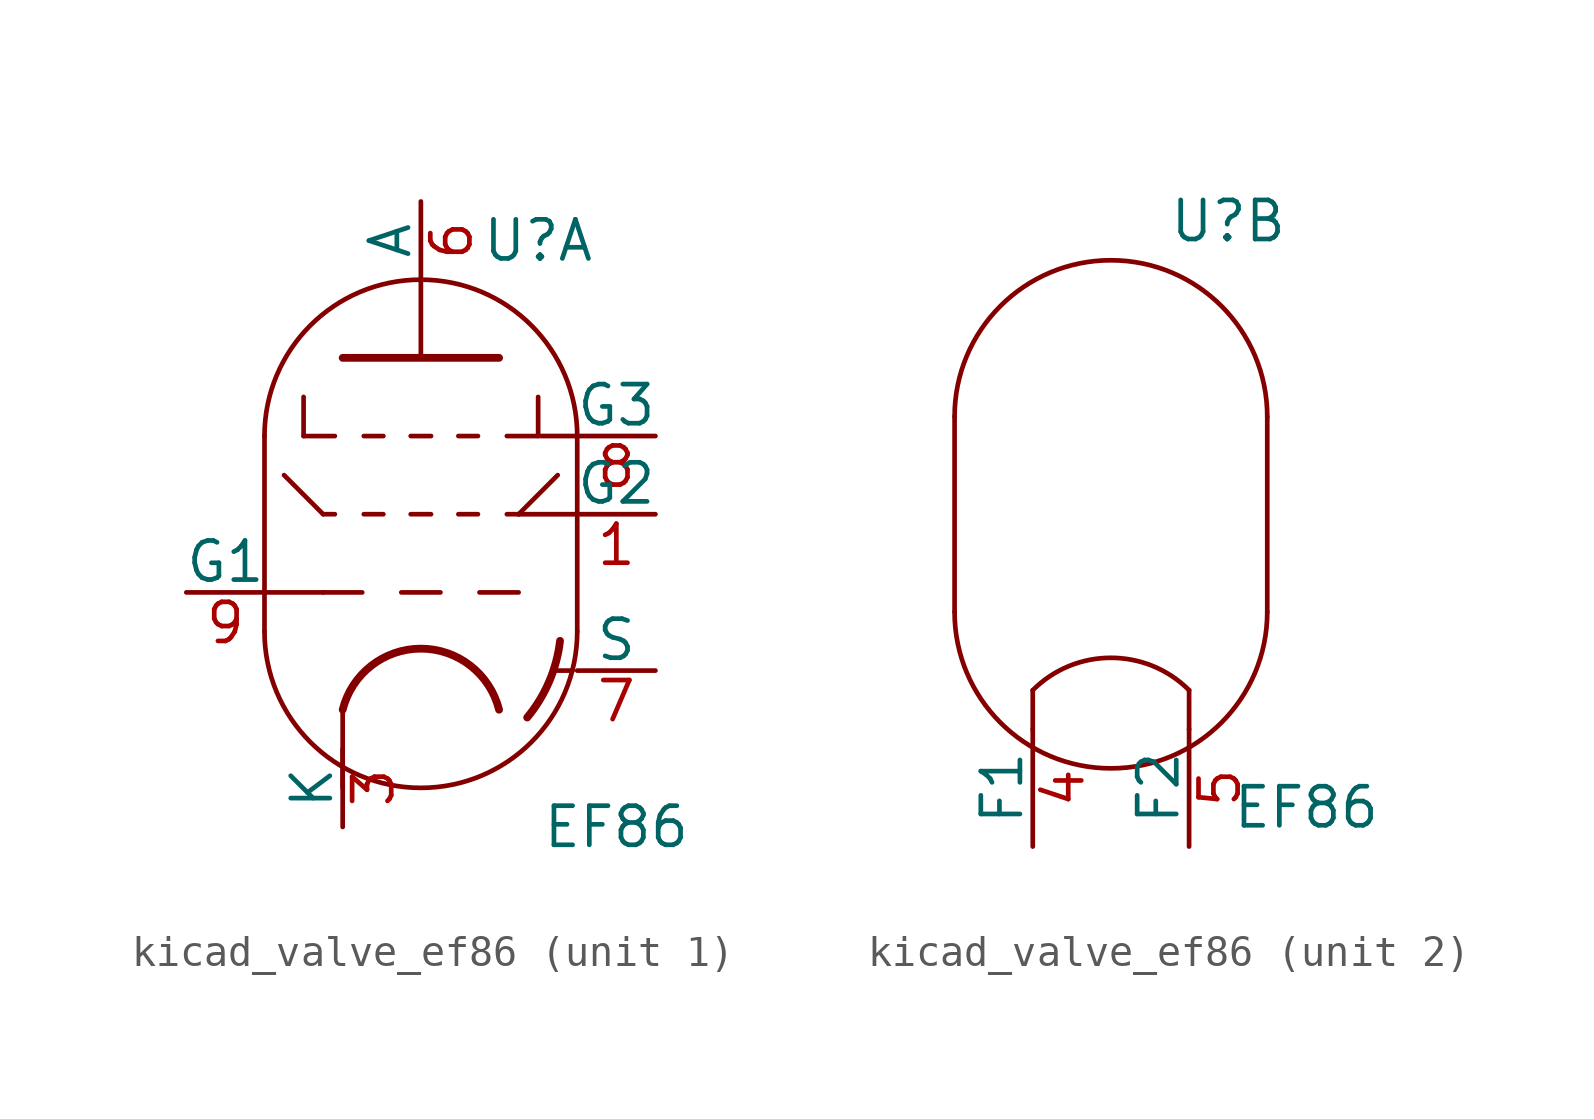
<source format=kicad_sym>
(kicad_symbol_lib
  (version 20220914)
  (generator kicad_symbol_editor)
  (symbol "kicad_valve_ef86"
    (pin_names
      (offset 0))
    (property "Reference" "U"
      (at 3.81 10.16 0)
      (effects (font (size 1.27 1.27))))
    (property "Value" "EF86"
      (at 6.35 -8.89 0)
      (effects (font (size 1.27 1.27))))
    (property "ki_locked" ""
      (at 0 0 0)
      (effects (font (size 1.27 1.27))))
    (symbol "kicad_valve_ef86_0_1"
      (arc (start -5.08 -2.54) (mid 0 -7.5979) (end 5.08 -2.54) (stroke (width 0) (type default)) (fill (type none)))
      (polyline (pts (xy -5.08 -2.54) (xy -5.08 3.81) (xy -5.08 3.81)) (stroke (width 0) (type default)) (fill (type none)))
      (polyline (pts (xy 5.08 -2.54) (xy 5.08 3.81) (xy 5.08 3.81)) (stroke (width 0) (type default)) (fill (type none)))
      (arc (start 5.08 3.81) (mid 0 8.8679) (end -5.08 3.81) (stroke (width 0) (type default)) (fill (type none))))
    (symbol "kicad_valve_ef86_1_0"
      (polyline (pts (xy -2.54 -5.08) (xy -2.54 -7.62)) (stroke (width 0) (type default)) (fill (type none)))
      (polyline (pts (xy 4.318 -3.785) (xy 4.343 -3.81)) (stroke (width 0) (type default)) (fill (type none)))
      (polyline (pts (xy 4.928 -3.81) (xy 4.343 -3.81)) (stroke (width 0) (type default)) (fill (type none))))
    (symbol "kicad_valve_ef86_1_1"
      (polyline (pts (xy -5.08 -1.27) (xy -3.175 -1.27)) (stroke (width 0) (type default)) (fill (type none)))
      (polyline (pts (xy -4.445 2.54) (xy -3.175 1.27)) (stroke (width 0.152) (type default)) (fill (type none)))
      (polyline (pts (xy -3.81 3.81) (xy -2.794 3.81)) (stroke (width 0.152) (type default)) (fill (type none)))
      (polyline (pts (xy -3.81 5.08) (xy -3.81 3.81)) (stroke (width 0.152) (type default)) (fill (type none)))
      (polyline (pts (xy -3.175 1.27) (xy -2.794 1.27)) (stroke (width 0.152) (type default)) (fill (type none)))
      (polyline (pts (xy -1.905 -1.27) (xy -3.175 -1.27)) (stroke (width 0.152) (type default)) (fill (type none)))
      (polyline (pts (xy -1.854 1.27) (xy -1.219 1.27)) (stroke (width 0.152) (type default)) (fill (type none)))
      (polyline (pts (xy -1.854 3.81) (xy -1.219 3.81)) (stroke (width 0.152) (type default)) (fill (type none)))
      (polyline (pts (xy -0.635 -1.27) (xy 0.635 -1.27)) (stroke (width 0.152) (type default)) (fill (type none)))
      (polyline (pts (xy -0.33 1.27) (xy 0.33 1.27)) (stroke (width 0.152) (type default)) (fill (type none)))
      (polyline (pts (xy -0.33 3.81) (xy 0.33 3.81)) (stroke (width 0.152) (type default)) (fill (type none)))
      (polyline (pts (xy 0 6.35) (xy 0 8.89)) (stroke (width 0) (type default)) (fill (type none)))
      (polyline (pts (xy 1.219 1.27) (xy 1.854 1.27)) (stroke (width 0.152) (type default)) (fill (type none)))
      (polyline (pts (xy 1.219 3.81) (xy 1.854 3.81)) (stroke (width 0.152) (type default)) (fill (type none)))
      (polyline (pts (xy 1.905 -1.27) (xy 3.175 -1.27)) (stroke (width 0.152) (type default)) (fill (type none)))
      (polyline (pts (xy 2.794 1.27) (xy 3.175 1.27)) (stroke (width 0.152) (type default)) (fill (type none)))
      (polyline (pts (xy 3.175 1.27) (xy 5.08 1.27)) (stroke (width 0) (type default)) (fill (type none)))
      (polyline (pts (xy 3.81 3.81) (xy 2.794 3.81)) (stroke (width 0.152) (type default)) (fill (type none)))
      (polyline (pts (xy 3.81 5.08) (xy 3.81 3.81)) (stroke (width 0.152) (type default)) (fill (type none)))
      (polyline (pts (xy 3.886 3.81) (xy 5.08 3.81)) (stroke (width 0) (type default)) (fill (type none)))
      (polyline (pts (xy 4.445 2.54) (xy 3.175 1.27)) (stroke (width 0.152) (type default)) (fill (type none)))
      (polyline (pts (xy -2.54 6.35) (xy 2.54 6.35) (xy 2.54 6.35)) (stroke (width 0.254) (type default)) (fill (type none)))
      (arc (start 2.54 -5.08) (mid 0 -3.0968) (end -2.54 -5.08) (stroke (width 0.254) (type default)) (fill (type none)))
      (arc (start 3.4544 -5.334) (mid 4.168 -4.168) (end 4.5212 -2.8448) (stroke (width 0.254) (type default)) (fill (type none)))
      (pin input line (at 7.62 1.27 180) (length 2.54) (name "G2" (effects (font (size 1.27 1.27)))) (number "1" (effects (font (size 1.27 1.27)))))
      (pin bidirectional line (at -2.54 -8.89 90) (length 2.54) (name "K" (effects (font (size 1.27 1.27)))) (number "3" (effects (font (size 1.27 1.27)))))
      (pin output line (at 0 11.43 270) (length 2.54) (name "A" (effects (font (size 1.27 1.27)))) (number "6" (effects (font (size 1.27 1.27)))))
      (pin input line (at 7.62 -3.81 180) (length 2.54) (name "S" (effects (font (size 1.27 1.27)))) (number "7" (effects (font (size 1.27 1.27)))))
      (pin input line (at 7.62 3.81 180) (length 2.54) (name "G3" (effects (font (size 1.27 1.27)))) (number "8" (effects (font (size 1.27 1.27)))))
      (pin input line (at -7.62 -1.27 0) (length 2.54) (name "G1" (effects (font (size 1.27 1.27)))) (number "9" (effects (font (size 1.27 1.27))))))
    (symbol "kicad_valve_ef86_2_1"
      (polyline (pts (xy -2.54 -5.08) (xy -2.54 -6.35) (xy -2.54 -6.35)) (stroke (width 0) (type default)) (fill (type none)))
      (polyline (pts (xy 2.54 -5.08) (xy 2.54 -6.35) (xy 2.54 -6.35)) (stroke (width 0) (type default)) (fill (type none)))
      (arc (start 2.54 -5.08) (mid 0 -4.0279) (end -2.54 -5.08) (stroke (width 0) (type default)) (fill (type none)))
      (pin power_in line (at -2.54 -10.16 90) (length 3.81) (name "F1" (effects (font (size 1.27 1.27)))) (number "4" (effects (font (size 1.27 1.27)))))
      (pin power_in line (at 2.54 -10.16 90) (length 3.81) (name "F2" (effects (font (size 1.27 1.27)))) (number "5" (effects (font (size 1.27 1.27))))))))
</source>
